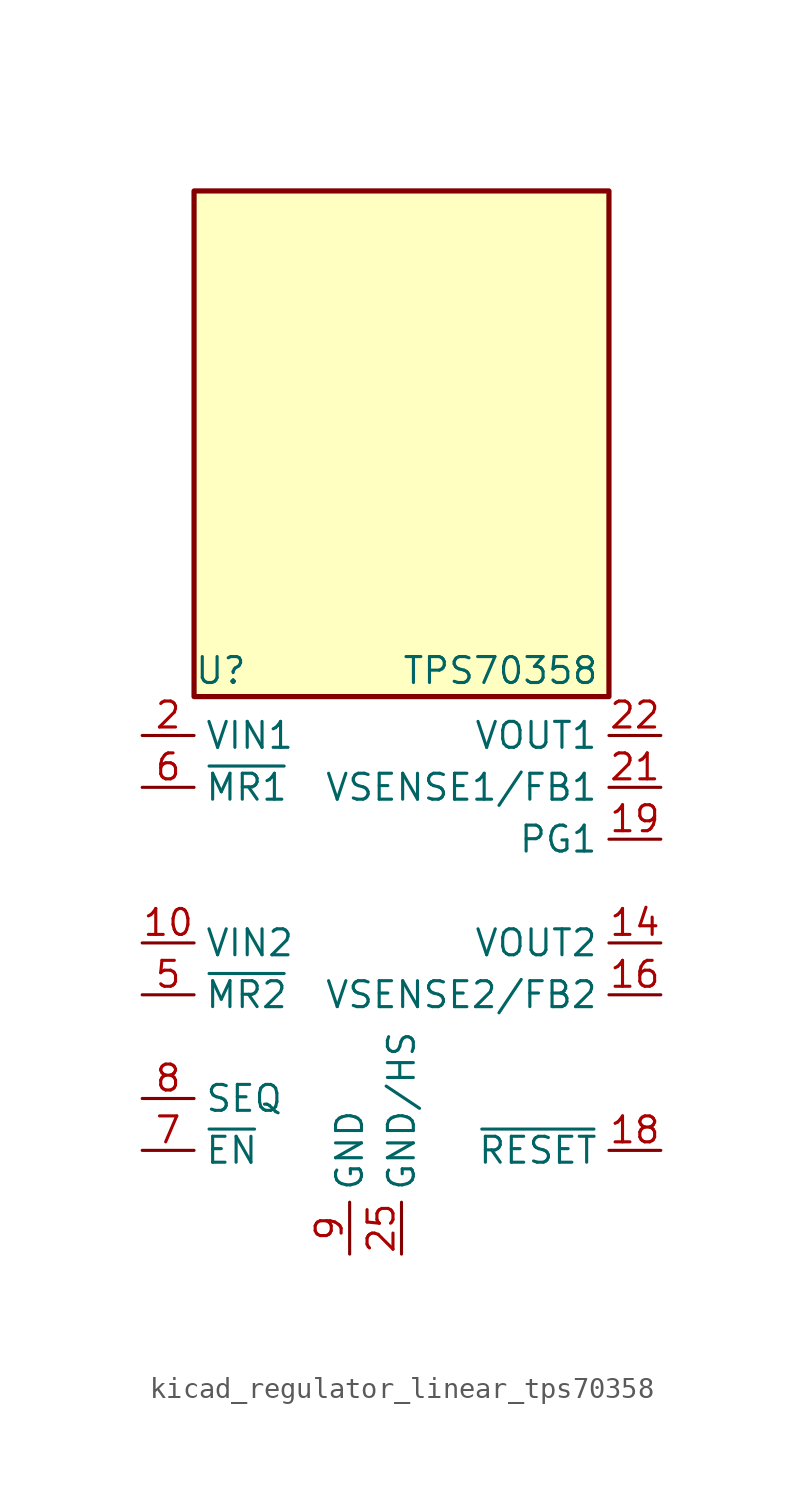
<source format=kicad_sym>
(kicad_symbol_lib
  (version 20220914)
  (generator kicad_symbol_editor)
  (symbol "kicad_regulator_linear_tps70358"
    (property "Reference" "U"
      (at -10.16 13.335 0)
      (effects (font (size 1.27 1.27)) (justify left)))
    (property "Value" "TPS70358"
      (at 0 13.335 0)
      (effects (font (size 1.27 1.27)) (justify left)))
    (symbol "kicad_regulator_linear_tps70358_0_1"
      (rectangle (start 10.16 36.83) (end -10.16 12.065) (stroke (width 0.254) (type default)) (fill (type background))))
    (symbol "kicad_regulator_linear_tps70358_1_1"
      (pin passive line (at 0 -15.24 90) (length 2.54) hide (name "GND/HS" (effects (font (size 1.27 1.27)))) (number "1" (effects (font (size 1.27 1.27)))))
      (pin power_in line (at -12.7 0 0) (length 2.54) (name "VIN2" (effects (font (size 1.27 1.27)))) (number "10" (effects (font (size 1.27 1.27)))))
      (pin passive line (at -12.7 0 0) (length 2.54) hide (name "VIN2" (effects (font (size 1.27 1.27)))) (number "11" (effects (font (size 1.27 1.27)))))
      (pin passive line (at 0 -15.24 90) (length 2.54) hide (name "GND/HS" (effects (font (size 1.27 1.27)))) (number "12" (effects (font (size 1.27 1.27)))))
      (pin passive line (at 0 -15.24 90) (length 2.54) hide (name "GND/HS" (effects (font (size 1.27 1.27)))) (number "13" (effects (font (size 1.27 1.27)))))
      (pin power_out line (at 12.7 0 180) (length 2.54) (name "VOUT2" (effects (font (size 1.27 1.27)))) (number "14" (effects (font (size 1.27 1.27)))))
      (pin passive line (at 12.7 0 180) (length 2.54) hide (name "VOUT2" (effects (font (size 1.27 1.27)))) (number "15" (effects (font (size 1.27 1.27)))))
      (pin input line (at 12.7 -2.54 180) (length 2.54) (name "VSENSE2/FB2" (effects (font (size 1.27 1.27)))) (number "16" (effects (font (size 1.27 1.27)))))
      (pin no_connect line (at -10.16 2.54 0) (length 2.54) hide (name "NC" (effects (font (size 1.27 1.27)))) (number "17" (effects (font (size 1.27 1.27)))))
      (pin open_collector line (at 12.7 -10.16 180) (length 2.54) (name "~{RESET}" (effects (font (size 1.27 1.27)))) (number "18" (effects (font (size 1.27 1.27)))))
      (pin open_collector line (at 12.7 5.08 180) (length 2.54) (name "PG1" (effects (font (size 1.27 1.27)))) (number "19" (effects (font (size 1.27 1.27)))))
      (pin power_in line (at -12.7 10.16 0) (length 2.54) (name "VIN1" (effects (font (size 1.27 1.27)))) (number "2" (effects (font (size 1.27 1.27)))))
      (pin no_connect line (at -10.16 -5.08 0) (length 2.54) hide (name "NC" (effects (font (size 1.27 1.27)))) (number "20" (effects (font (size 1.27 1.27)))))
      (pin input line (at 12.7 7.62 180) (length 2.54) (name "VSENSE1/FB1" (effects (font (size 1.27 1.27)))) (number "21" (effects (font (size 1.27 1.27)))))
      (pin power_out line (at 12.7 10.16 180) (length 2.54) (name "VOUT1" (effects (font (size 1.27 1.27)))) (number "22" (effects (font (size 1.27 1.27)))))
      (pin passive line (at 12.7 10.16 180) (length 2.54) hide (name "VOUT1" (effects (font (size 1.27 1.27)))) (number "23" (effects (font (size 1.27 1.27)))))
      (pin passive line (at 0 -15.24 90) (length 2.54) hide (name "GND/HS" (effects (font (size 1.27 1.27)))) (number "24" (effects (font (size 1.27 1.27)))))
      (pin power_in line (at 0 -15.24 90) (length 2.54) (name "GND/HS" (effects (font (size 1.27 1.27)))) (number "25" (effects (font (size 1.27 1.27)))))
      (pin passive line (at -12.7 10.16 0) (length 2.54) hide (name "VIN1" (effects (font (size 1.27 1.27)))) (number "3" (effects (font (size 1.27 1.27)))))
      (pin no_connect line (at -10.16 5.08 0) (length 2.54) hide (name "NC" (effects (font (size 1.27 1.27)))) (number "4" (effects (font (size 1.27 1.27)))))
      (pin input line (at -12.7 -2.54 0) (length 2.54) (name "~{MR2}" (effects (font (size 1.27 1.27)))) (number "5" (effects (font (size 1.27 1.27)))))
      (pin input line (at -12.7 7.62 0) (length 2.54) (name "~{MR1}" (effects (font (size 1.27 1.27)))) (number "6" (effects (font (size 1.27 1.27)))))
      (pin input line (at -12.7 -10.16 0) (length 2.54) (name "~{EN}" (effects (font (size 1.27 1.27)))) (number "7" (effects (font (size 1.27 1.27)))))
      (pin input line (at -12.7 -7.62 0) (length 2.54) (name "SEQ" (effects (font (size 1.27 1.27)))) (number "8" (effects (font (size 1.27 1.27)))))
      (pin power_in line (at -2.54 -15.24 90) (length 2.54) (name "GND" (effects (font (size 1.27 1.27)))) (number "9" (effects (font (size 1.27 1.27))))))))
</source>
